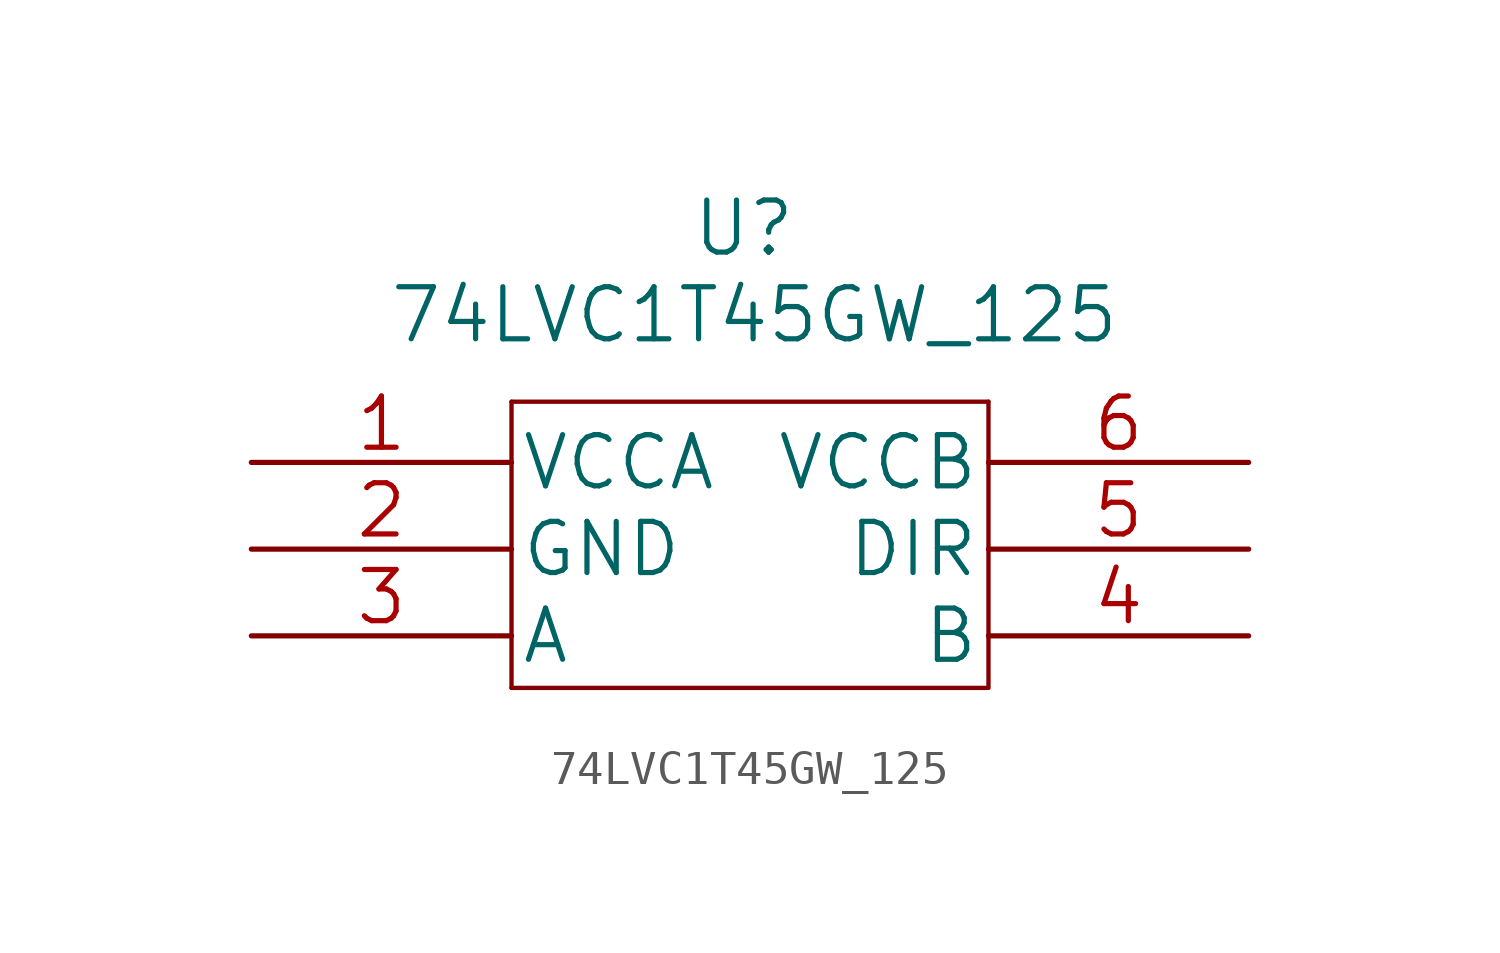
<source format=kicad_sym>
(kicad_symbol_lib
  (version 20241209)
  (generator "kicad_symbol_editor")
  (generator_version "9.0")
  (symbol "74LVC1T45GW_125"
    (pin_names
      (offset 0.254))
    (property "Reference" "U"
      (at 25.095 6.858 0)
      (effects (font (size 1.524 1.524))))
    (property "Value" "74LVC1T45GW_125"
      (at 25.4 4.318 0)
      (effects (font (size 1.524 1.524))))
    (symbol "74LVC1T45GW_125_1_1"
      (polyline (pts (xy 18.288 1.778) (xy 18.288 -6.604)) (stroke (width 0.127) (type default)) (fill (type none)))
      (polyline (pts (xy 18.288 -6.604) (xy 32.207 -6.604)) (stroke (width 0.127) (type default)) (fill (type none)))
      (polyline (pts (xy 32.258 1.778) (xy 18.288 1.778)) (stroke (width 0.127) (type default)) (fill (type none)))
      (polyline (pts (xy 32.258 -6.604) (xy 32.258 1.778)) (stroke (width 0.127) (type default)) (fill (type none)))
      (pin power_in line (at 10.668 0 0) (length 7.62) (name "VCCA" (effects (font (size 1.499 1.499)))) (number "1" (effects (font (size 1.499 1.499)))))
      (pin power_in line (at 10.668 -2.54 0) (length 7.62) (name "GND" (effects (font (size 1.499 1.499)))) (number "2" (effects (font (size 1.499 1.499)))))
      (pin bidirectional line (at 10.668 -5.08 0) (length 7.62) (name "A" (effects (font (size 1.499 1.499)))) (number "3" (effects (font (size 1.499 1.499)))))
      (pin power_in line (at 39.878 0 180) (length 7.62) (name "VCCB" (effects (font (size 1.499 1.499)))) (number "6" (effects (font (size 1.499 1.499)))))
      (pin input line (at 39.878 -2.54 180) (length 7.62) (name "DIR" (effects (font (size 1.499 1.499)))) (number "5" (effects (font (size 1.499 1.499)))))
      (pin bidirectional line (at 39.878 -5.08 180) (length 7.62) (name "B" (effects (font (size 1.499 1.499)))) (number "4" (effects (font (size 1.499 1.499))))))))
</source>
